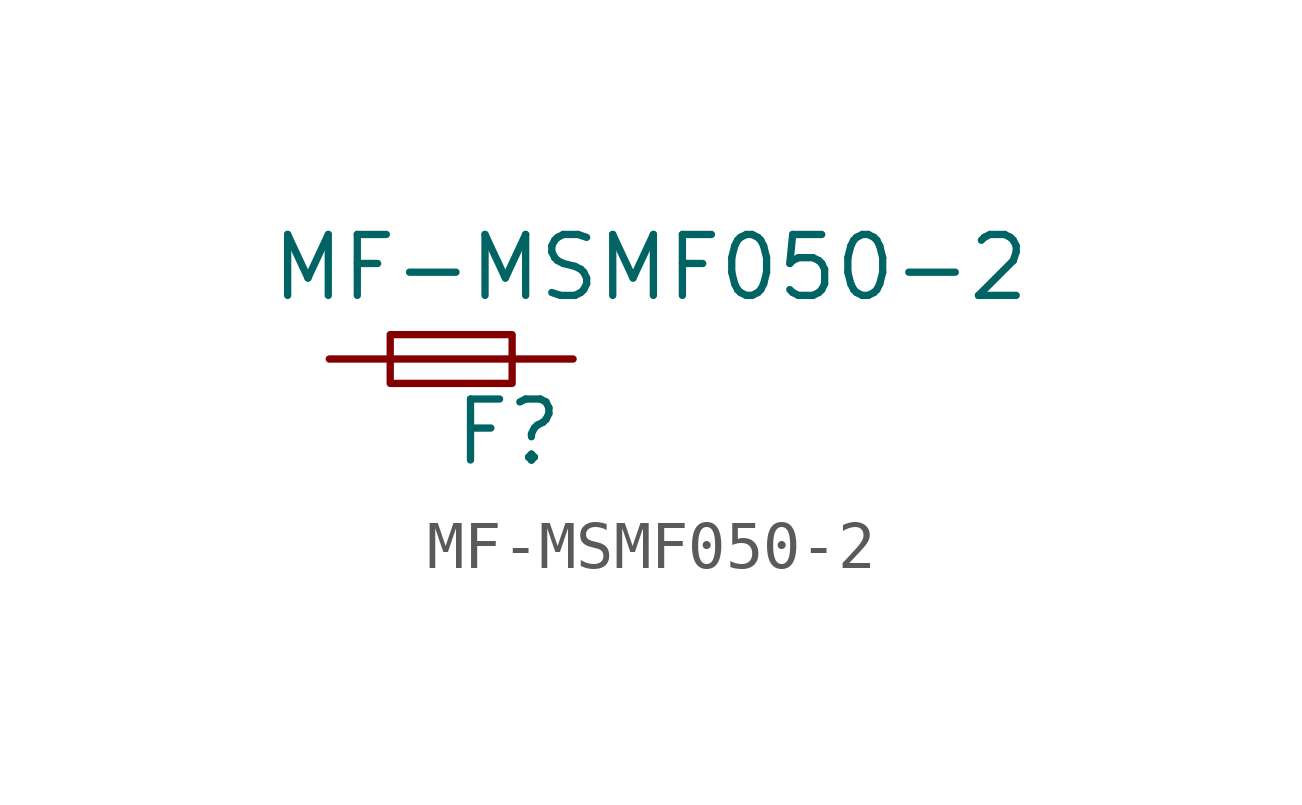
<source format=kicad_sym>
(kicad_symbol_lib
  (version 20220914)
  (generator kicad_symbol_editor)
  (symbol "MF-MSMF050-2"
    (pin_numbers hide)
    (pin_names
      (offset 0.254) hide)
    (property "Reference" "F"
      (at 0 -1.524 0)
      (effects (font (size 1.27 1.27)) (justify left)))
    (property "Value" "MF-MSMF050-2"
      (at -3.81 1.905 0)
      (effects (font (size 1.27 1.27)) (justify left)))
    (symbol "MF-MSMF050-2_0_1"
      (rectangle (start -1.27 0.508) (end 1.27 -0.508) (stroke (width 0) (type default)) (fill (type none)))
      (polyline (pts (xy -1.27 0) (xy 1.27 0)) (stroke (width 0) (type default)) (fill (type none))))
    (symbol "MF-MSMF050-2_1_1"
      (pin passive line (at -2.54 0 0) (length 1.27) (name "~" (effects (font (size 1.27 1.27)))) (number "1" (effects (font (size 1.27 1.27)))))
      (pin passive line (at 2.54 0 180) (length 1.27) (name "~" (effects (font (size 1.27 1.27)))) (number "2" (effects (font (size 1.27 1.27))))))))
</source>
